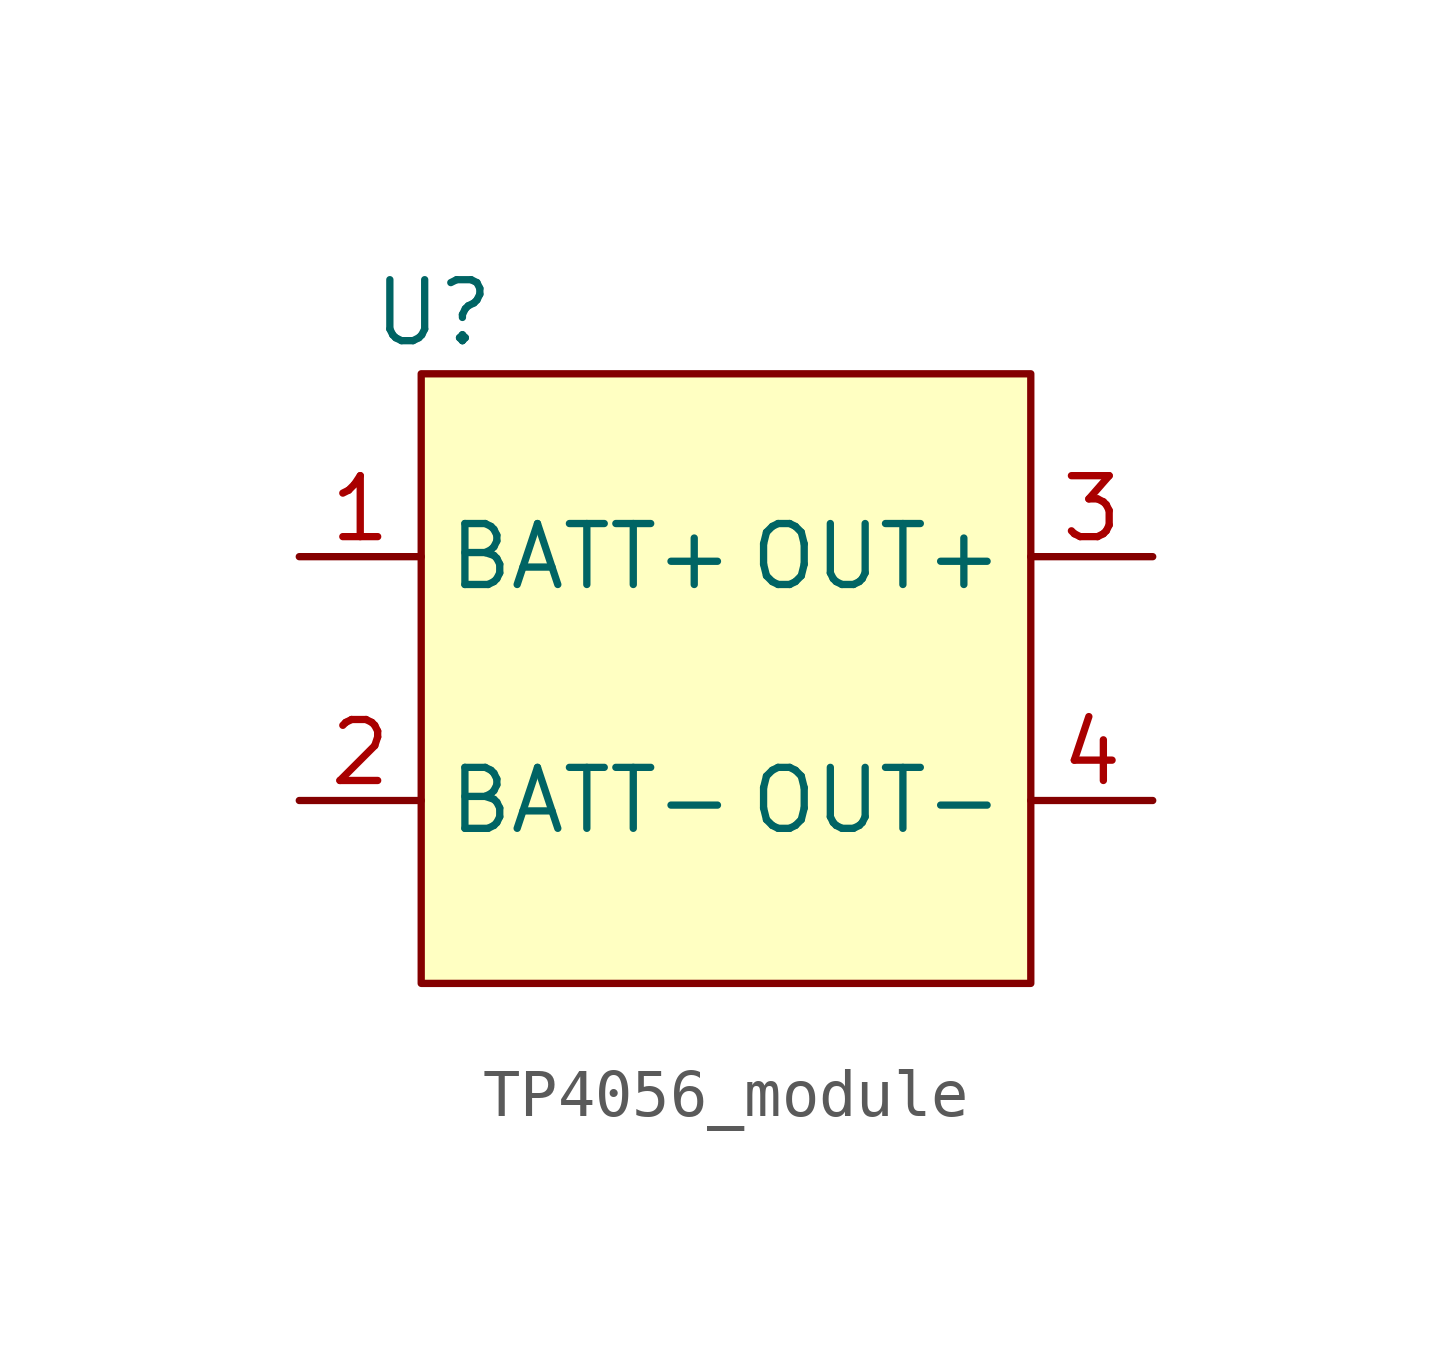
<source format=kicad_sym>
(kicad_symbol_lib
  (version 20231120)
  (generator "kicad_symbol_editor")
  (generator_version "8.0")
  (symbol "TP4056_module"
    (property "Reference" "U"
      (at -6.096 7.62 0)
      (effects (font (size 1.27 1.27))))
    (property "Value" ""
      (at 0 0 0)
      (effects (font (size 1.27 1.27))))
    (symbol "TP4056_module_1_1"
      (rectangle (start -6.35 6.35) (end 6.35 -6.35) (stroke (width 0) (type default)) (fill (type background)))
      (pin input line (at -8.89 2.54 0) (length 2.54) (name "BATT+" (effects (font (size 1.27 1.27)))) (number "1" (effects (font (size 1.27 1.27)))))
      (pin input line (at -8.89 -2.54 0) (length 2.54) (name "BATT-" (effects (font (size 1.27 1.27)))) (number "2" (effects (font (size 1.27 1.27)))))
      (pin input line (at 8.89 2.54 180) (length 2.54) (name "OUT+" (effects (font (size 1.27 1.27)))) (number "3" (effects (font (size 1.27 1.27)))))
      (pin input line (at 8.89 -2.54 180) (length 2.54) (name "OUT-" (effects (font (size 1.27 1.27)))) (number "4" (effects (font (size 1.27 1.27))))))))
</source>
